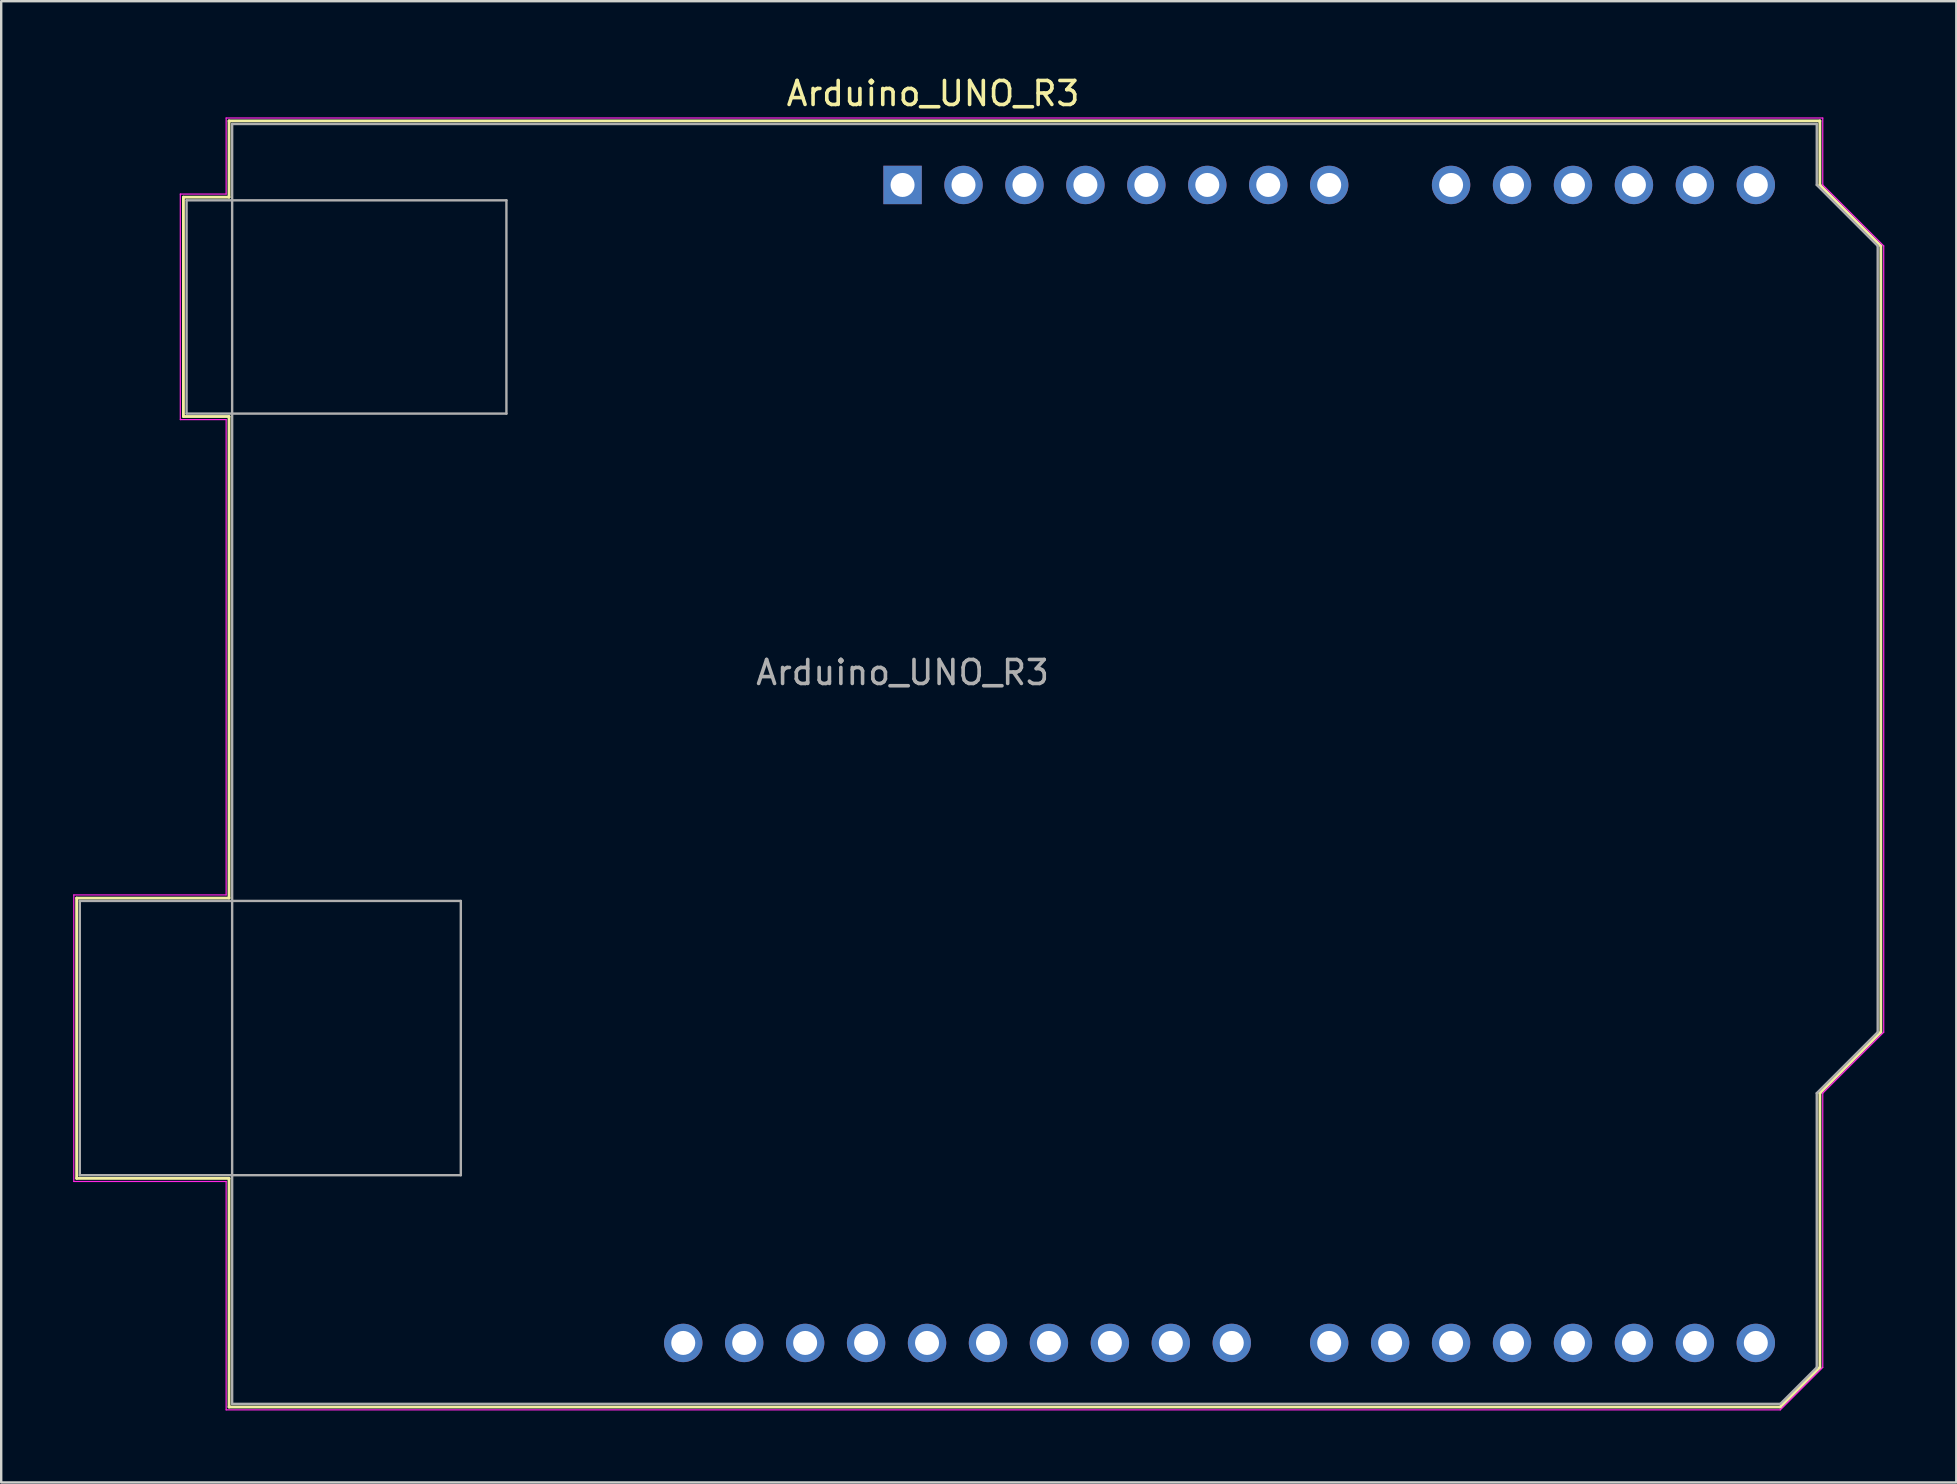
<source format=kicad_pcb>
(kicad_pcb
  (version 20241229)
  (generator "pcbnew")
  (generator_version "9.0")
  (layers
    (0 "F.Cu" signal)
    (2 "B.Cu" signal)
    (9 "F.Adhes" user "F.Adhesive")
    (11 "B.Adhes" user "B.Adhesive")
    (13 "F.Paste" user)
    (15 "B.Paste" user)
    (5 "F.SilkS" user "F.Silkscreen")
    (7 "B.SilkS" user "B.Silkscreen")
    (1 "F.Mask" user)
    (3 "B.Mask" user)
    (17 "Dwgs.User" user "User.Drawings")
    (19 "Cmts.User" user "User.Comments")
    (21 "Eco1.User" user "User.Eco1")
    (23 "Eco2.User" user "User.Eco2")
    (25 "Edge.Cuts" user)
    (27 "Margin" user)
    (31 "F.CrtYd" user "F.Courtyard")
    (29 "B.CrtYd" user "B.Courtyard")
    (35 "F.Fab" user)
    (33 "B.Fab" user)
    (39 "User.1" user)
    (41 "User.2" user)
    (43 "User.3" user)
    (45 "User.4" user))
  (footprint "Arduino_UNO_R3"
    (layer "F.Cu")
    (at 34.565 4.658)
    (property "Reference" "Arduino_UNO_R3" (at 1.27 -3.81 0) (layer "F.SilkS") (effects (font (size 1 1) (thickness 0.15))))
    (attr through_hole)
    (fp_line (start -34.42 29.72) (end -34.42 41.4) (stroke (width 0.12) (type solid)) (layer "F.SilkS"))
    (fp_line (start -34.42 41.4) (end -28.07 41.4) (stroke (width 0.12) (type solid)) (layer "F.SilkS"))
    (fp_line (start -29.97 0.51) (end -29.97 9.65) (stroke (width 0.12) (type solid)) (layer "F.SilkS"))
    (fp_line (start -29.97 9.65) (end -28.07 9.65) (stroke (width 0.12) (type solid)) (layer "F.SilkS"))
    (fp_line (start -28.07 -2.67) (end -28.07 0.51) (stroke (width 0.12) (type solid)) (layer "F.SilkS"))
    (fp_line (start -28.07 0.51) (end -29.97 0.51) (stroke (width 0.12) (type solid)) (layer "F.SilkS"))
    (fp_line (start -28.07 9.65) (end -28.07 29.72) (stroke (width 0.12) (type solid)) (layer "F.SilkS"))
    (fp_line (start -28.07 29.72) (end -34.42 29.72) (stroke (width 0.12) (type solid)) (layer "F.SilkS"))
    (fp_line (start -28.07 41.4) (end -28.07 50.93) (stroke (width 0.12) (type solid)) (layer "F.SilkS"))
    (fp_line (start -28.07 50.93) (end 36.58 50.93) (stroke (width 0.12) (type solid)) (layer "F.SilkS"))
    (fp_line (start 36.58 50.93) (end 38.23 49.28) (stroke (width 0.12) (type solid)) (layer "F.SilkS"))
    (fp_line (start 38.23 -2.67) (end -28.07 -2.67) (stroke (width 0.12) (type solid)) (layer "F.SilkS"))
    (fp_line (start 38.23 0) (end 38.23 -2.67) (stroke (width 0.12) (type solid)) (layer "F.SilkS"))
    (fp_line (start 38.23 37.85) (end 40.77 35.31) (stroke (width 0.12) (type solid)) (layer "F.SilkS"))
    (fp_line (start 38.23 49.28) (end 38.23 37.85) (stroke (width 0.12) (type solid)) (layer "F.SilkS"))
    (fp_line (start 40.77 2.54) (end 38.23 0) (stroke (width 0.12) (type solid)) (layer "F.SilkS"))
    (fp_line (start 40.77 35.31) (end 40.77 2.54) (stroke (width 0.12) (type solid)) (layer "F.SilkS"))
    (fp_line (start -34.54 29.59) (end -28.19 29.59) (stroke (width 0.05) (type solid)) (layer "F.CrtYd"))
    (fp_line (start -34.54 41.53) (end -34.54 29.59) (stroke (width 0.05) (type solid)) (layer "F.CrtYd"))
    (fp_line (start -30.1 0.38) (end -28.19 0.38) (stroke (width 0.05) (type solid)) (layer "F.CrtYd"))
    (fp_line (start -30.1 9.78) (end -30.1 0.38) (stroke (width 0.05) (type solid)) (layer "F.CrtYd"))
    (fp_line (start -28.19 -2.79) (end 38.35 -2.79) (stroke (width 0.05) (type solid)) (layer "F.CrtYd"))
    (fp_line (start -28.19 0.38) (end -28.19 -2.79) (stroke (width 0.05) (type solid)) (layer "F.CrtYd"))
    (fp_line (start -28.19 9.78) (end -30.1 9.78) (stroke (width 0.05) (type solid)) (layer "F.CrtYd"))
    (fp_line (start -28.19 29.59) (end -28.19 9.78) (stroke (width 0.05) (type solid)) (layer "F.CrtYd"))
    (fp_line (start -28.19 41.53) (end -34.54 41.53) (stroke (width 0.05) (type solid)) (layer "F.CrtYd"))
    (fp_line (start -28.19 51.05) (end -28.19 41.53) (stroke (width 0.05) (type solid)) (layer "F.CrtYd"))
    (fp_line (start 36.58 51.05) (end -28.19 51.05) (stroke (width 0.05) (type solid)) (layer "F.CrtYd"))
    (fp_line (start 38.35 -2.79) (end 38.35 0) (stroke (width 0.05) (type solid)) (layer "F.CrtYd"))
    (fp_line (start 38.35 0) (end 40.89 2.54) (stroke (width 0.05) (type solid)) (layer "F.CrtYd"))
    (fp_line (start 38.35 37.85) (end 38.35 49.28) (stroke (width 0.05) (type solid)) (layer "F.CrtYd"))
    (fp_line (start 38.35 49.28) (end 36.58 51.05) (stroke (width 0.05) (type solid)) (layer "F.CrtYd"))
    (fp_line (start 40.89 2.54) (end 40.89 35.31) (stroke (width 0.05) (type solid)) (layer "F.CrtYd"))
    (fp_line (start 40.89 35.31) (end 38.35 37.85) (stroke (width 0.05) (type solid)) (layer "F.CrtYd"))
    (fp_line (start -34.29 29.84) (end -18.41 29.84) (stroke (width 0.1) (type solid)) (layer "F.Fab"))
    (fp_line (start -34.29 41.27) (end -34.29 29.84) (stroke (width 0.1) (type solid)) (layer "F.Fab"))
    (fp_line (start -29.84 0.64) (end -16.51 0.64) (stroke (width 0.1) (type solid)) (layer "F.Fab"))
    (fp_line (start -29.84 9.53) (end -29.84 0.64) (stroke (width 0.1) (type solid)) (layer "F.Fab"))
    (fp_line (start -27.94 -2.54) (end 38.1 -2.54) (stroke (width 0.1) (type solid)) (layer "F.Fab"))
    (fp_line (start -27.94 50.8) (end -27.94 -2.54) (stroke (width 0.1) (type solid)) (layer "F.Fab"))
    (fp_line (start -18.41 29.84) (end -18.41 41.27) (stroke (width 0.1) (type solid)) (layer "F.Fab"))
    (fp_line (start -18.41 41.27) (end -34.29 41.27) (stroke (width 0.1) (type solid)) (layer "F.Fab"))
    (fp_line (start -16.51 0.64) (end -16.51 9.53) (stroke (width 0.1) (type solid)) (layer "F.Fab"))
    (fp_line (start -16.51 9.53) (end -29.84 9.53) (stroke (width 0.1) (type solid)) (layer "F.Fab"))
    (fp_line (start 36.58 50.8) (end -27.94 50.8) (stroke (width 0.1) (type solid)) (layer "F.Fab"))
    (fp_line (start 38.1 -2.54) (end 38.1 0) (stroke (width 0.1) (type solid)) (layer "F.Fab"))
    (fp_line (start 38.1 0) (end 40.64 2.54) (stroke (width 0.1) (type solid)) (layer "F.Fab"))
    (fp_line (start 38.1 37.85) (end 38.1 49.28) (stroke (width 0.1) (type solid)) (layer "F.Fab"))
    (fp_line (start 38.1 49.28) (end 36.58 50.8) (stroke (width 0.1) (type solid)) (layer "F.Fab"))
    (fp_line (start 40.64 2.54) (end 40.64 35.31) (stroke (width 0.1) (type solid)) (layer "F.Fab"))
    (fp_line (start 40.64 35.31) (end 38.1 37.85) (stroke (width 0.1) (type solid)) (layer "F.Fab"))
    (fp_text user "${REFERENCE}" (at 0 20.32 0) (layer "F.Fab") (effects (font (size 1 1) (thickness 0.15))))
    (pad "1" thru_hole rect (at 0 0 270) (size 1.6 1.6) (drill 1) (layers "*.Cu" "*.Mask"))
    (pad "2" thru_hole oval (at 2.54 0 270) (size 1.6 1.6) (drill 1) (layers "*.Cu" "*.Mask"))
    (pad "3" thru_hole oval (at 5.08 0 270) (size 1.6 1.6) (drill 1) (layers "*.Cu" "*.Mask"))
    (pad "4" thru_hole oval (at 7.62 0 270) (size 1.6 1.6) (drill 1) (layers "*.Cu" "*.Mask"))
    (pad "5" thru_hole oval (at 10.16 0 270) (size 1.6 1.6) (drill 1) (layers "*.Cu" "*.Mask"))
    (pad "6" thru_hole oval (at 12.7 0 270) (size 1.6 1.6) (drill 1) (layers "*.Cu" "*.Mask"))
    (pad "7" thru_hole oval (at 15.24 0 270) (size 1.6 1.6) (drill 1) (layers "*.Cu" "*.Mask"))
    (pad "8" thru_hole oval (at 17.78 0 270) (size 1.6 1.6) (drill 1) (layers "*.Cu" "*.Mask"))
    (pad "9" thru_hole oval (at 22.86 0 270) (size 1.6 1.6) (drill 1) (layers "*.Cu" "*.Mask"))
    (pad "10" thru_hole oval (at 25.4 0 270) (size 1.6 1.6) (drill 1) (layers "*.Cu" "*.Mask"))
    (pad "11" thru_hole oval (at 27.94 0 270) (size 1.6 1.6) (drill 1) (layers "*.Cu" "*.Mask"))
    (pad "12" thru_hole oval (at 30.48 0 270) (size 1.6 1.6) (drill 1) (layers "*.Cu" "*.Mask"))
    (pad "13" thru_hole oval (at 33.02 0 270) (size 1.6 1.6) (drill 1) (layers "*.Cu" "*.Mask"))
    (pad "14" thru_hole oval (at 35.56 0 270) (size 1.6 1.6) (drill 1) (layers "*.Cu" "*.Mask"))
    (pad "15" thru_hole oval (at 35.56 48.26 270) (size 1.6 1.6) (drill 1) (layers "*.Cu" "*.Mask"))
    (pad "16" thru_hole oval (at 33.02 48.26 270) (size 1.6 1.6) (drill 1) (layers "*.Cu" "*.Mask"))
    (pad "17" thru_hole oval (at 30.48 48.26 270) (size 1.6 1.6) (drill 1) (layers "*.Cu" "*.Mask"))
    (pad "18" thru_hole oval (at 27.94 48.26 270) (size 1.6 1.6) (drill 1) (layers "*.Cu" "*.Mask"))
    (pad "19" thru_hole oval (at 25.4 48.26 270) (size 1.6 1.6) (drill 1) (layers "*.Cu" "*.Mask"))
    (pad "20" thru_hole oval (at 22.86 48.26 270) (size 1.6 1.6) (drill 1) (layers "*.Cu" "*.Mask"))
    (pad "21" thru_hole oval (at 20.32 48.26 270) (size 1.6 1.6) (drill 1) (layers "*.Cu" "*.Mask"))
    (pad "22" thru_hole oval (at 17.78 48.26 270) (size 1.6 1.6) (drill 1) (layers "*.Cu" "*.Mask"))
    (pad "23" thru_hole oval (at 13.72 48.26 270) (size 1.6 1.6) (drill 1) (layers "*.Cu" "*.Mask"))
    (pad "24" thru_hole oval (at 11.18 48.26 270) (size 1.6 1.6) (drill 1) (layers "*.Cu" "*.Mask"))
    (pad "25" thru_hole oval (at 8.64 48.26 270) (size 1.6 1.6) (drill 1) (layers "*.Cu" "*.Mask"))
    (pad "26" thru_hole oval (at 6.1 48.26 270) (size 1.6 1.6) (drill 1) (layers "*.Cu" "*.Mask"))
    (pad "27" thru_hole oval (at 3.56 48.26 270) (size 1.6 1.6) (drill 1) (layers "*.Cu" "*.Mask"))
    (pad "28" thru_hole oval (at 1.02 48.26 270) (size 1.6 1.6) (drill 1) (layers "*.Cu" "*.Mask"))
    (pad "29" thru_hole oval (at -1.52 48.26 270) (size 1.6 1.6) (drill 1) (layers "*.Cu" "*.Mask"))
    (pad "30" thru_hole oval (at -4.06 48.26 270) (size 1.6 1.6) (drill 1) (layers "*.Cu" "*.Mask"))
    (pad "31" thru_hole oval (at -6.6 48.26 270) (size 1.6 1.6) (drill 1) (layers "*.Cu" "*.Mask"))
    (pad "32" thru_hole oval (at -9.14 48.26 270) (size 1.6 1.6) (drill 1) (layers "*.Cu" "*.Mask")))
  (gr_rect
    (start -3 -3)
    (end 78.48 58.733)
    (stroke (width 0.1) (type default))
    (fill no)
    (layer "Edge.Cuts")))
</source>
